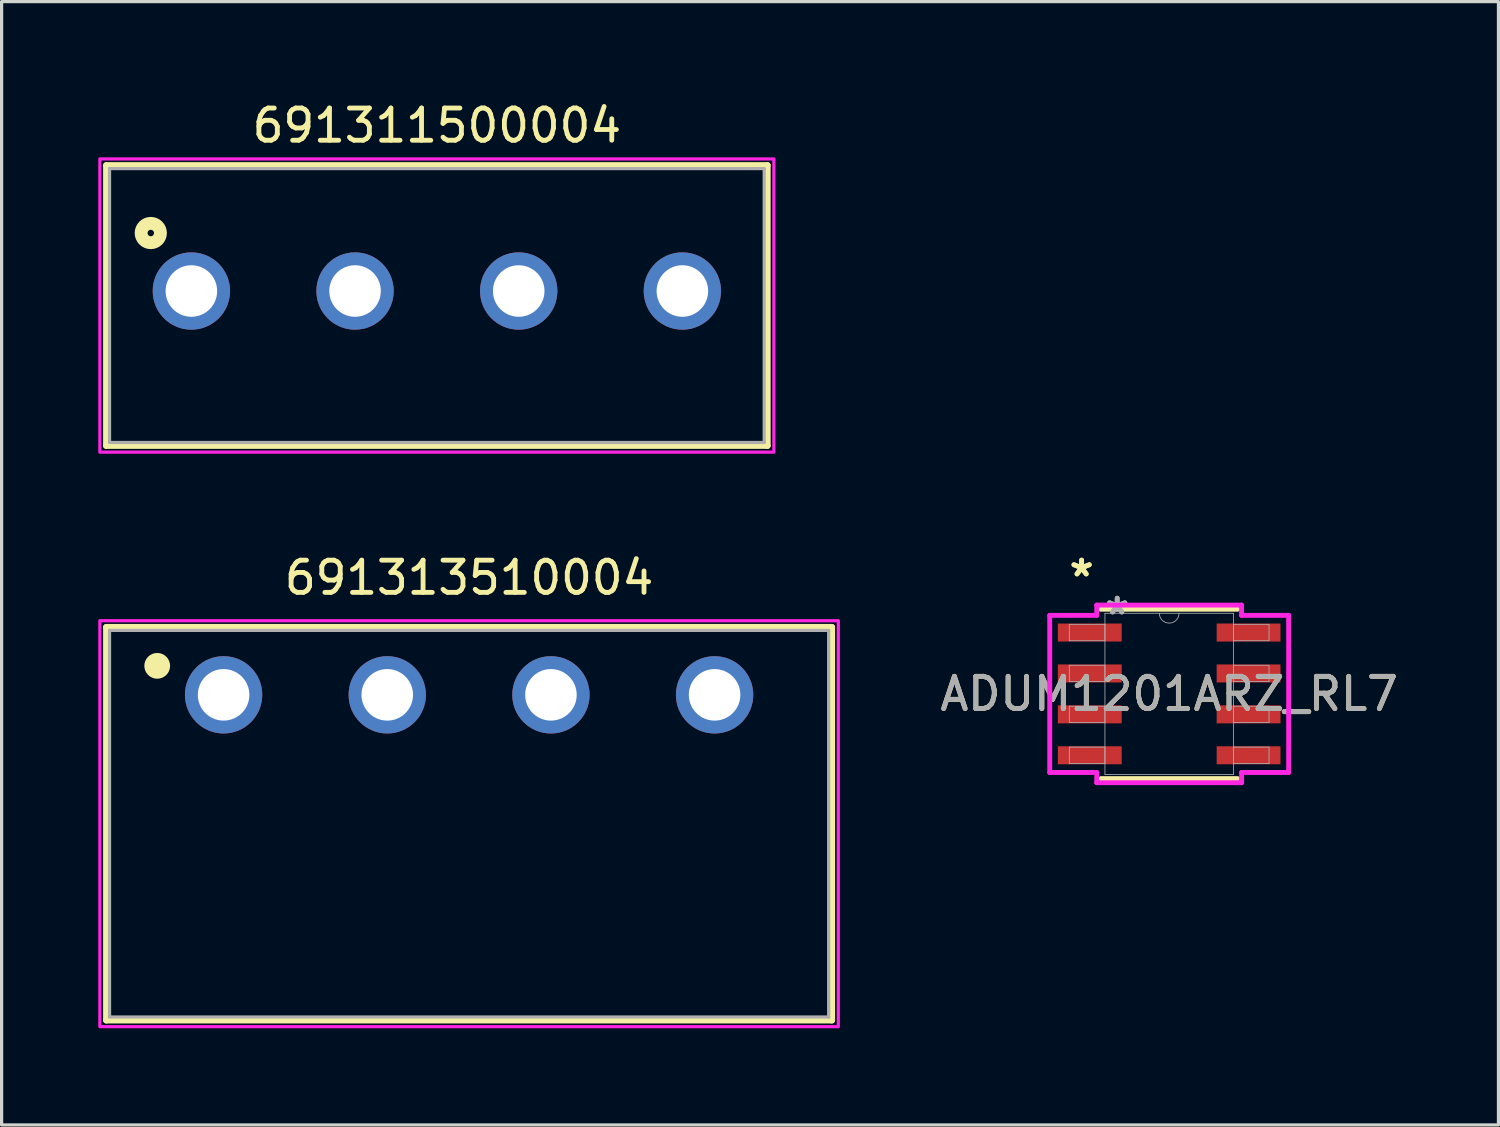
<source format=kicad_pcb>
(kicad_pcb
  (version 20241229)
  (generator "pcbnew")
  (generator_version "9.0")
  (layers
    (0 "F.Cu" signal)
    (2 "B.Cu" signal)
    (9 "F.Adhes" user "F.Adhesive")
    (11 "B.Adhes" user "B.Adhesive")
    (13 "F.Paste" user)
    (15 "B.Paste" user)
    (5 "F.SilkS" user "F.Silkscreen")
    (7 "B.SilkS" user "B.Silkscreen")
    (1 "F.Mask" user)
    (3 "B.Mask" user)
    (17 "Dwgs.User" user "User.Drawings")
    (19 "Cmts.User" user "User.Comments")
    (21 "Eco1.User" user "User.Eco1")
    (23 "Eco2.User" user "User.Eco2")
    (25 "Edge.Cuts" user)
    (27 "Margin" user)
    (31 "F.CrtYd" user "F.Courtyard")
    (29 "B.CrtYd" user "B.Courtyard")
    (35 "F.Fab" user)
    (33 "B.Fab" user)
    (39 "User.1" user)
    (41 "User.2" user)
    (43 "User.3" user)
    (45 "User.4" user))
  (footprint "691313510004"
    (layer "F.Cu")
    (at 11.51 18.517)
    (property "Reference" "691313510004" (at 0 -3.635 0) (layer "F.SilkS") (effects (font (size 1 1) (thickness 0.15))))
    (attr through_hole)
    (fp_line (start -11.26 -2.1) (end 11.26 -2.1) (stroke (width 0.2) (type solid)) (layer "F.SilkS"))
    (fp_line (start -11.26 10.1) (end -11.26 -2.1) (stroke (width 0.2) (type solid)) (layer "F.SilkS"))
    (fp_line (start 11.26 -2.1) (end 11.26 10.1) (stroke (width 0.2) (type solid)) (layer "F.SilkS"))
    (fp_line (start 11.26 10.1) (end -11.26 10.1) (stroke (width 0.2) (type solid)) (layer "F.SilkS"))
    (fp_circle (center -9.68 -0.9) (end -9.48 -0.9) (stroke (width 0.4) (type solid)) (fill no) (layer "F.SilkS"))
    (fp_poly (pts (xy -11.46 -2.3) (xy 11.46 -2.3) (xy 11.46 10.3) (xy -11.46 10.3)) (stroke (width 0.1) (type solid)) (fill no) (layer "F.CrtYd"))
    (fp_line (start -11.16 -2) (end -11.16 10) (stroke (width 0.1) (type solid)) (layer "F.Fab"))
    (fp_line (start -11.16 10) (end 11.16 10) (stroke (width 0.1) (type solid)) (layer "F.Fab"))
    (fp_line (start 11.16 -2) (end -11.16 -2) (stroke (width 0.1) (type solid)) (layer "F.Fab"))
    (fp_line (start 11.16 10) (end 11.16 -2) (stroke (width 0.1) (type solid)) (layer "F.Fab"))
    (pad "1" thru_hole circle (at -7.62 0) (size 2.4 2.4) (drill 1.6) (layers "*.Cu" "*.Mask"))
    (pad "2" thru_hole circle (at -2.54 0) (size 2.4 2.4) (drill 1.6) (layers "*.Cu" "*.Mask"))
    (pad "3" thru_hole circle (at 2.54 0) (size 2.4 2.4) (drill 1.6) (layers "*.Cu" "*.Mask"))
    (pad "4" thru_hole circle (at 7.62 0) (size 2.4 2.4) (drill 1.6) (layers "*.Cu" "*.Mask")))
  (footprint "ADUM1201ARZ_RL7"
    (layer "F.Cu")
    (at 33.24 18.488)
    (property "Reference" "ADUM1201ARZ_RL7" (at 0 0 0) (unlocked yes) (layer "F.SilkS") (effects (font (size 1 1) (thickness 0.15))))
    (attr smd)
    (fp_line (start -2.121 2.629) (end 2.121 2.629) (stroke (width 0.152) (type solid)) (layer "F.SilkS"))
    (fp_line (start 2.121 -2.629) (end -2.121 -2.629) (stroke (width 0.152) (type solid)) (layer "F.SilkS"))
    (fp_line (start -3.708 -2.438) (end -2.248 -2.438) (stroke (width 0.152) (type solid)) (layer "F.CrtYd"))
    (fp_line (start -3.708 2.438) (end -3.708 -2.438) (stroke (width 0.152) (type solid)) (layer "F.CrtYd"))
    (fp_line (start -3.708 2.438) (end -2.248 2.438) (stroke (width 0.152) (type solid)) (layer "F.CrtYd"))
    (fp_line (start -2.248 -2.756) (end 2.248 -2.756) (stroke (width 0.152) (type solid)) (layer "F.CrtYd"))
    (fp_line (start -2.248 -2.438) (end -2.248 -2.756) (stroke (width 0.152) (type solid)) (layer "F.CrtYd"))
    (fp_line (start -2.248 2.756) (end -2.248 2.438) (stroke (width 0.152) (type solid)) (layer "F.CrtYd"))
    (fp_line (start 2.248 -2.756) (end 2.248 -2.438) (stroke (width 0.152) (type solid)) (layer "F.CrtYd"))
    (fp_line (start 2.248 2.438) (end 2.248 2.756) (stroke (width 0.152) (type solid)) (layer "F.CrtYd"))
    (fp_line (start 2.248 2.756) (end -2.248 2.756) (stroke (width 0.152) (type solid)) (layer "F.CrtYd"))
    (fp_line (start 3.708 -2.438) (end 2.248 -2.438) (stroke (width 0.152) (type solid)) (layer "F.CrtYd"))
    (fp_line (start 3.708 -2.438) (end 3.708 2.438) (stroke (width 0.152) (type solid)) (layer "F.CrtYd"))
    (fp_line (start 3.708 2.438) (end 2.248 2.438) (stroke (width 0.152) (type solid)) (layer "F.CrtYd"))
    (fp_line (start -3.099 -2.159) (end -3.099 -1.651) (stroke (width 0.025) (type solid)) (layer "F.Fab"))
    (fp_line (start -3.099 -1.651) (end -1.994 -1.651) (stroke (width 0.025) (type solid)) (layer "F.Fab"))
    (fp_line (start -3.099 -0.889) (end -3.099 -0.381) (stroke (width 0.025) (type solid)) (layer "F.Fab"))
    (fp_line (start -3.099 -0.381) (end -1.994 -0.381) (stroke (width 0.025) (type solid)) (layer "F.Fab"))
    (fp_line (start -3.099 0.381) (end -3.099 0.889) (stroke (width 0.025) (type solid)) (layer "F.Fab"))
    (fp_line (start -3.099 0.889) (end -1.994 0.889) (stroke (width 0.025) (type solid)) (layer "F.Fab"))
    (fp_line (start -3.099 1.651) (end -3.099 2.159) (stroke (width 0.025) (type solid)) (layer "F.Fab"))
    (fp_line (start -3.099 2.159) (end -1.994 2.159) (stroke (width 0.025) (type solid)) (layer "F.Fab"))
    (fp_line (start -1.994 -2.502) (end -1.994 2.502) (stroke (width 0.025) (type solid)) (layer "F.Fab"))
    (fp_line (start -1.994 -2.159) (end -3.099 -2.159) (stroke (width 0.025) (type solid)) (layer "F.Fab"))
    (fp_line (start -1.994 -1.651) (end -1.994 -2.159) (stroke (width 0.025) (type solid)) (layer "F.Fab"))
    (fp_line (start -1.994 -0.889) (end -3.099 -0.889) (stroke (width 0.025) (type solid)) (layer "F.Fab"))
    (fp_line (start -1.994 -0.381) (end -1.994 -0.889) (stroke (width 0.025) (type solid)) (layer "F.Fab"))
    (fp_line (start -1.994 0.381) (end -3.099 0.381) (stroke (width 0.025) (type solid)) (layer "F.Fab"))
    (fp_line (start -1.994 0.889) (end -1.994 0.381) (stroke (width 0.025) (type solid)) (layer "F.Fab"))
    (fp_line (start -1.994 1.651) (end -3.099 1.651) (stroke (width 0.025) (type solid)) (layer "F.Fab"))
    (fp_line (start -1.994 2.159) (end -1.994 1.651) (stroke (width 0.025) (type solid)) (layer "F.Fab"))
    (fp_line (start -1.994 2.502) (end 1.994 2.502) (stroke (width 0.025) (type solid)) (layer "F.Fab"))
    (fp_line (start 1.994 -2.502) (end -1.994 -2.502) (stroke (width 0.025) (type solid)) (layer "F.Fab"))
    (fp_line (start 1.994 -2.159) (end 1.994 -1.651) (stroke (width 0.025) (type solid)) (layer "F.Fab"))
    (fp_line (start 1.994 -1.651) (end 3.099 -1.651) (stroke (width 0.025) (type solid)) (layer "F.Fab"))
    (fp_line (start 1.994 -0.889) (end 1.994 -0.381) (stroke (width 0.025) (type solid)) (layer "F.Fab"))
    (fp_line (start 1.994 -0.381) (end 3.099 -0.381) (stroke (width 0.025) (type solid)) (layer "F.Fab"))
    (fp_line (start 1.994 0.381) (end 1.994 0.889) (stroke (width 0.025) (type solid)) (layer "F.Fab"))
    (fp_line (start 1.994 0.889) (end 3.099 0.889) (stroke (width 0.025) (type solid)) (layer "F.Fab"))
    (fp_line (start 1.994 1.651) (end 1.994 2.159) (stroke (width 0.025) (type solid)) (layer "F.Fab"))
    (fp_line (start 1.994 2.159) (end 3.099 2.159) (stroke (width 0.025) (type solid)) (layer "F.Fab"))
    (fp_line (start 1.994 2.502) (end 1.994 -2.502) (stroke (width 0.025) (type solid)) (layer "F.Fab"))
    (fp_line (start 3.099 -2.159) (end 1.994 -2.159) (stroke (width 0.025) (type solid)) (layer "F.Fab"))
    (fp_line (start 3.099 -1.651) (end 3.099 -2.159) (stroke (width 0.025) (type solid)) (layer "F.Fab"))
    (fp_line (start 3.099 -0.889) (end 1.994 -0.889) (stroke (width 0.025) (type solid)) (layer "F.Fab"))
    (fp_line (start 3.099 -0.381) (end 3.099 -0.889) (stroke (width 0.025) (type solid)) (layer "F.Fab"))
    (fp_line (start 3.099 0.381) (end 1.994 0.381) (stroke (width 0.025) (type solid)) (layer "F.Fab"))
    (fp_line (start 3.099 0.889) (end 3.099 0.381) (stroke (width 0.025) (type solid)) (layer "F.Fab"))
    (fp_line (start 3.099 1.651) (end 1.994 1.651) (stroke (width 0.025) (type solid)) (layer "F.Fab"))
    (fp_line (start 3.099 2.159) (end 3.099 1.651) (stroke (width 0.025) (type solid)) (layer "F.Fab"))
    (fp_arc (start 0.3048 -2.5019) (mid 0 -2.1971) (end -0.3048 -2.5019) (stroke (width 0.0254) (type solid)) (layer "F.Fab"))
    (fp_text user "*" (at -2.718 -3.607 0) (unlocked yes) (layer "F.SilkS") (effects (font (size 1 1) (thickness 0.15))))
    (fp_text user "*" (at -2.718 -3.607 0) (layer "F.SilkS") (effects (font (size 1 1) (thickness 0.15))))
    (fp_text user "*" (at -1.613 -2.426 0) (layer "F.Fab") (effects (font (size 1 1) (thickness 0.15))))
    (fp_text user "*" (at -1.613 -2.426 0) (unlocked yes) (layer "F.Fab") (effects (font (size 1 1) (thickness 0.15))))
    (fp_text user "${REFERENCE}" (at 0 0 0) (unlocked yes) (layer "F.Fab") (effects (font (size 1 1) (thickness 0.15))))
    (pad "1" smd rect (at -2.464 -1.905) (size 1.981 0.559) (layers "F.Cu" "F.Mask" "F.Paste"))
    (pad "2" smd rect (at -2.464 -0.635) (size 1.981 0.559) (layers "F.Cu" "F.Mask" "F.Paste"))
    (pad "3" smd rect (at -2.464 0.635) (size 1.981 0.559) (layers "F.Cu" "F.Mask" "F.Paste"))
    (pad "4" smd rect (at -2.464 1.905) (size 1.981 0.559) (layers "F.Cu" "F.Mask" "F.Paste"))
    (pad "5" smd rect (at 2.464 1.905) (size 1.981 0.559) (layers "F.Cu" "F.Mask" "F.Paste"))
    (pad "6" smd rect (at 2.464 0.635) (size 1.981 0.559) (layers "F.Cu" "F.Mask" "F.Paste"))
    (pad "7" smd rect (at 2.464 -0.635) (size 1.981 0.559) (layers "F.Cu" "F.Mask" "F.Paste"))
    (pad "8" smd rect (at 2.464 -1.905) (size 1.981 0.559) (layers "F.Cu" "F.Mask" "F.Paste")))
  (footprint "691311500004"
    (layer "F.Cu")
    (at 10.51 5.983)
    (property "Reference" "691311500004" (at 0 -5.135 0) (layer "F.SilkS") (effects (font (size 1 1) (thickness 0.15))))
    (attr through_hole)
    (fp_line (start -10.26 -3.9) (end 10.26 -3.9) (stroke (width 0.2) (type solid)) (layer "F.SilkS"))
    (fp_line (start -10.26 4.8) (end -10.26 -3.9) (stroke (width 0.2) (type solid)) (layer "F.SilkS"))
    (fp_line (start 10.26 -3.9) (end 10.26 4.8) (stroke (width 0.2) (type solid)) (layer "F.SilkS"))
    (fp_line (start 10.26 4.8) (end -10.26 4.8) (stroke (width 0.2) (type solid)) (layer "F.SilkS"))
    (fp_circle (center -8.88 -1.8) (end -8.78 -1.8) (stroke (width 0.4) (type solid)) (fill no) (layer "F.SilkS"))
    (fp_poly (pts (xy 10.46 -4.1) (xy 10.46 5) (xy -10.46 5) (xy -10.46 -4.1)) (stroke (width 0.1) (type solid)) (fill no) (layer "F.CrtYd"))
    (fp_line (start -10.16 -3.8) (end -10.16 4.7) (stroke (width 0.1) (type solid)) (layer "F.Fab"))
    (fp_line (start -10.16 4.7) (end 10.16 4.7) (stroke (width 0.1) (type solid)) (layer "F.Fab"))
    (fp_line (start 10.16 -3.8) (end -10.16 -3.8) (stroke (width 0.1) (type solid)) (layer "F.Fab"))
    (fp_line (start 10.16 4.7) (end 10.16 -3.8) (stroke (width 0.1) (type solid)) (layer "F.Fab"))
    (pad "1" thru_hole circle (at -7.62 0) (size 2.4 2.4) (drill 1.6) (layers "*.Cu" "*.Mask"))
    (pad "2" thru_hole circle (at -2.54 0) (size 2.4 2.4) (drill 1.6) (layers "*.Cu" "*.Mask"))
    (pad "3" thru_hole circle (at 2.54 0) (size 2.4 2.4) (drill 1.6) (layers "*.Cu" "*.Mask"))
    (pad "4" thru_hole circle (at 7.62 0) (size 2.4 2.4) (drill 1.6) (layers "*.Cu" "*.Mask")))
  (gr_rect
    (start -3 -3)
    (end 43.46 31.866)
    (stroke (width 0.1) (type default))
    (fill no)
    (layer "Edge.Cuts")))
</source>
